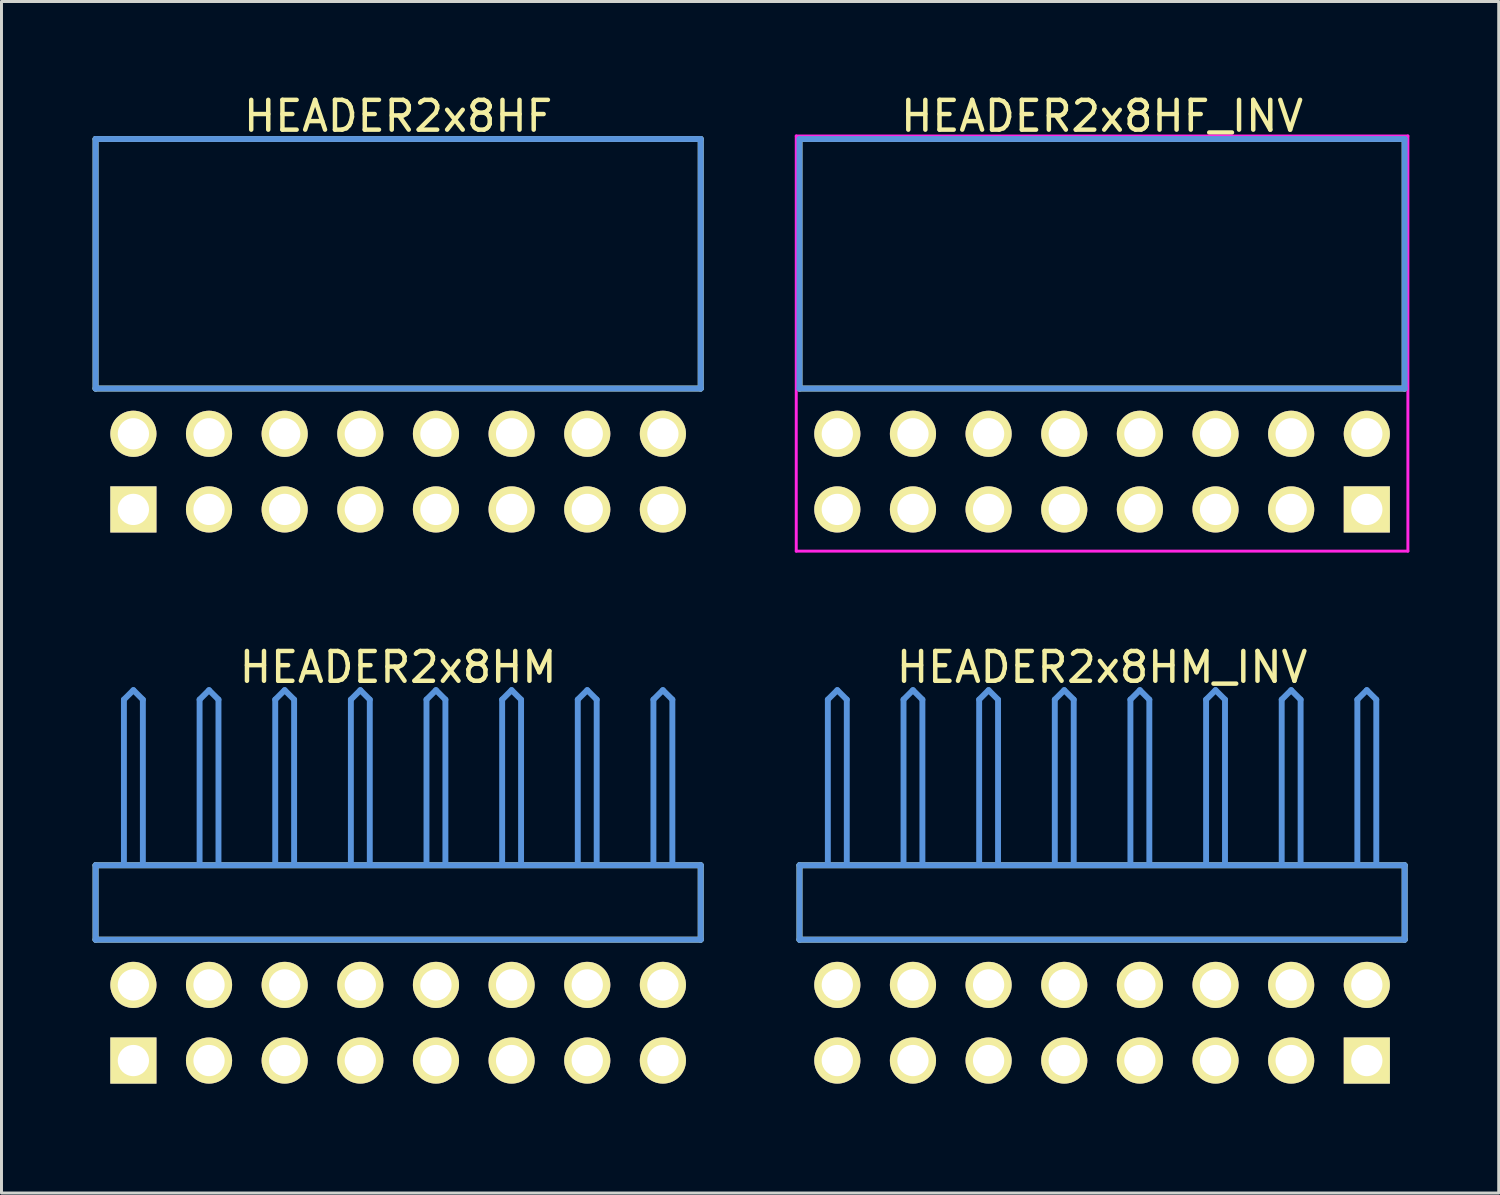
<source format=kicad_pcb>
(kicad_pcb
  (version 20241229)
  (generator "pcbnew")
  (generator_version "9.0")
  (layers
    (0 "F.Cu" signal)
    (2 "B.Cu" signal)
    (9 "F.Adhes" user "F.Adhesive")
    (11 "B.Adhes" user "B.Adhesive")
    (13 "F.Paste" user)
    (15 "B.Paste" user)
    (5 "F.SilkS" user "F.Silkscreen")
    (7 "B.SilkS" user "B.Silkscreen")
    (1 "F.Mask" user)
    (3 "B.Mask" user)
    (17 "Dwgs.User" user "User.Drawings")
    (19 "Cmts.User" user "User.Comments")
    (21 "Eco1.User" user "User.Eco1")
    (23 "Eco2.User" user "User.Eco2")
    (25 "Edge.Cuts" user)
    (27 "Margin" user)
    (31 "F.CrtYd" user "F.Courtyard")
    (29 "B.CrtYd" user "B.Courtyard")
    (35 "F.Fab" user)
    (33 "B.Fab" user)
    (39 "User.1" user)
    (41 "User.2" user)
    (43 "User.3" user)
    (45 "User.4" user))
  (footprint "HEADER2x8HM"
    (layer "F.Cu")
    (at 1.429 32.562)
    (property "Reference" "HEADER2x8HM" (at 8.89 -13.208 0) (layer "F.SilkS") (effects (font (size 1.001 1.001) (thickness 0.15))))
    (attr through_hole)
    (fp_line (start -1.27 -6.558) (end -1.27 -4.059) (stroke (width 0.198) (type solid)) (layer "F.SilkS"))
    (fp_line (start -1.27 -4.059) (end 19.05 -4.059) (stroke (width 0.198) (type solid)) (layer "F.SilkS"))
    (fp_line (start 19.05 -6.558) (end -1.27 -6.558) (stroke (width 0.198) (type solid)) (layer "F.SilkS"))
    (fp_line (start 19.05 -4.059) (end 19.05 -6.558) (stroke (width 0.198) (type solid)) (layer "F.SilkS"))
    (fp_line (start -1.27 -6.558) (end -1.27 -4.059) (stroke (width 0.198) (type solid)) (layer "Cmts.User"))
    (fp_line (start -1.27 -4.059) (end 19.05 -4.059) (stroke (width 0.198) (type solid)) (layer "Cmts.User"))
    (fp_line (start -0.318 -12.121) (end 0 -12.438) (stroke (width 0.198) (type solid)) (layer "Cmts.User"))
    (fp_line (start -0.318 -6.599) (end -0.318 -12.121) (stroke (width 0.198) (type solid)) (layer "Cmts.User"))
    (fp_line (start 0.318 -12.121) (end 0 -12.438) (stroke (width 0.198) (type solid)) (layer "Cmts.User"))
    (fp_line (start 0.318 -6.599) (end 0.318 -12.121) (stroke (width 0.198) (type solid)) (layer "Cmts.User"))
    (fp_line (start 2.223 -12.121) (end 2.54 -12.438) (stroke (width 0.198) (type solid)) (layer "Cmts.User"))
    (fp_line (start 2.223 -6.599) (end 2.223 -12.121) (stroke (width 0.198) (type solid)) (layer "Cmts.User"))
    (fp_line (start 2.857 -12.121) (end 2.54 -12.438) (stroke (width 0.198) (type solid)) (layer "Cmts.User"))
    (fp_line (start 2.857 -6.599) (end 2.857 -12.121) (stroke (width 0.198) (type solid)) (layer "Cmts.User"))
    (fp_line (start 4.763 -12.121) (end 5.08 -12.438) (stroke (width 0.198) (type solid)) (layer "Cmts.User"))
    (fp_line (start 4.763 -6.599) (end 4.763 -12.121) (stroke (width 0.198) (type solid)) (layer "Cmts.User"))
    (fp_line (start 5.397 -12.121) (end 5.08 -12.438) (stroke (width 0.198) (type solid)) (layer "Cmts.User"))
    (fp_line (start 5.397 -6.599) (end 5.397 -12.121) (stroke (width 0.198) (type solid)) (layer "Cmts.User"))
    (fp_line (start 7.303 -12.121) (end 7.62 -12.438) (stroke (width 0.198) (type solid)) (layer "Cmts.User"))
    (fp_line (start 7.303 -6.599) (end 7.303 -12.121) (stroke (width 0.198) (type solid)) (layer "Cmts.User"))
    (fp_line (start 7.938 -12.121) (end 7.62 -12.438) (stroke (width 0.198) (type solid)) (layer "Cmts.User"))
    (fp_line (start 7.938 -6.599) (end 7.938 -12.121) (stroke (width 0.198) (type solid)) (layer "Cmts.User"))
    (fp_line (start 9.842 -12.121) (end 10.16 -12.438) (stroke (width 0.198) (type solid)) (layer "Cmts.User"))
    (fp_line (start 9.842 -6.599) (end 9.842 -12.121) (stroke (width 0.198) (type solid)) (layer "Cmts.User"))
    (fp_line (start 10.477 -12.121) (end 10.16 -12.438) (stroke (width 0.198) (type solid)) (layer "Cmts.User"))
    (fp_line (start 10.477 -6.599) (end 10.477 -12.121) (stroke (width 0.198) (type solid)) (layer "Cmts.User"))
    (fp_line (start 12.383 -12.121) (end 12.7 -12.438) (stroke (width 0.198) (type solid)) (layer "Cmts.User"))
    (fp_line (start 12.383 -6.599) (end 12.383 -12.121) (stroke (width 0.198) (type solid)) (layer "Cmts.User"))
    (fp_line (start 13.018 -12.121) (end 12.7 -12.438) (stroke (width 0.198) (type solid)) (layer "Cmts.User"))
    (fp_line (start 13.018 -6.599) (end 13.018 -12.121) (stroke (width 0.198) (type solid)) (layer "Cmts.User"))
    (fp_line (start 14.922 -12.121) (end 15.24 -12.438) (stroke (width 0.198) (type solid)) (layer "Cmts.User"))
    (fp_line (start 14.922 -6.599) (end 14.922 -12.121) (stroke (width 0.198) (type solid)) (layer "Cmts.User"))
    (fp_line (start 15.557 -12.121) (end 15.24 -12.438) (stroke (width 0.198) (type solid)) (layer "Cmts.User"))
    (fp_line (start 15.557 -6.599) (end 15.557 -12.121) (stroke (width 0.198) (type solid)) (layer "Cmts.User"))
    (fp_line (start 17.462 -12.121) (end 17.78 -12.438) (stroke (width 0.198) (type solid)) (layer "Cmts.User"))
    (fp_line (start 17.462 -6.599) (end 17.462 -12.121) (stroke (width 0.198) (type solid)) (layer "Cmts.User"))
    (fp_line (start 18.098 -12.121) (end 17.78 -12.438) (stroke (width 0.198) (type solid)) (layer "Cmts.User"))
    (fp_line (start 18.098 -6.599) (end 18.098 -12.121) (stroke (width 0.198) (type solid)) (layer "Cmts.User"))
    (fp_line (start 19.05 -6.558) (end -1.27 -6.558) (stroke (width 0.198) (type solid)) (layer "Cmts.User"))
    (fp_line (start 19.05 -4.059) (end 19.05 -6.558) (stroke (width 0.198) (type solid)) (layer "Cmts.User"))
    (fp_line (start -1.379 -12.54) (end 19.159 -12.54) (stroke (width 0.099) (type solid)) (layer "Eco1.User"))
    (fp_line (start -1.379 1.4) (end -1.379 -12.54) (stroke (width 0.099) (type solid)) (layer "Eco1.User"))
    (fp_line (start 19.159 -12.54) (end 19.159 1.4) (stroke (width 0.099) (type solid)) (layer "Eco1.User"))
    (fp_line (start 19.159 1.4) (end -1.379 1.4) (stroke (width 0.099) (type solid)) (layer "Eco1.User"))
    (pad "1" thru_hole rect (at 0 0) (size 1.549 1.549) (drill 1.049) (layers "*.Cu" "*.Mask" "F.SilkS"))
    (pad "2" thru_hole circle (at 0 -2.54) (size 1.549 1.549) (drill 1.049) (layers "*.Cu" "*.Mask" "F.SilkS"))
    (pad "3" thru_hole circle (at 2.54 0) (size 1.549 1.549) (drill 1.049) (layers "*.Cu" "*.Mask" "F.SilkS"))
    (pad "4" thru_hole circle (at 2.54 -2.54) (size 1.549 1.549) (drill 1.049) (layers "*.Cu" "*.Mask" "F.SilkS"))
    (pad "5" thru_hole circle (at 5.08 0) (size 1.549 1.549) (drill 1.049) (layers "*.Cu" "*.Mask" "F.SilkS"))
    (pad "6" thru_hole circle (at 5.08 -2.54) (size 1.549 1.549) (drill 1.049) (layers "*.Cu" "*.Mask" "F.SilkS"))
    (pad "7" thru_hole circle (at 7.62 0) (size 1.549 1.549) (drill 1.049) (layers "*.Cu" "*.Mask" "F.SilkS"))
    (pad "8" thru_hole circle (at 7.62 -2.54) (size 1.549 1.549) (drill 1.049) (layers "*.Cu" "*.Mask" "F.SilkS"))
    (pad "9" thru_hole circle (at 10.16 0) (size 1.549 1.549) (drill 1.049) (layers "*.Cu" "*.Mask" "F.SilkS"))
    (pad "10" thru_hole circle (at 10.16 -2.54) (size 1.549 1.549) (drill 1.049) (layers "*.Cu" "*.Mask" "F.SilkS"))
    (pad "11" thru_hole circle (at 12.7 0) (size 1.549 1.549) (drill 1.049) (layers "*.Cu" "*.Mask" "F.SilkS"))
    (pad "12" thru_hole circle (at 12.7 -2.54) (size 1.549 1.549) (drill 1.049) (layers "*.Cu" "*.Mask" "F.SilkS"))
    (pad "13" thru_hole circle (at 15.24 0) (size 1.549 1.549) (drill 1.049) (layers "*.Cu" "*.Mask" "F.SilkS"))
    (pad "14" thru_hole circle (at 15.24 -2.54) (size 1.549 1.549) (drill 1.049) (layers "*.Cu" "*.Mask" "F.SilkS"))
    (pad "15" thru_hole circle (at 17.78 0) (size 1.549 1.549) (drill 1.049) (layers "*.Cu" "*.Mask" "F.SilkS"))
    (pad "16" thru_hole circle (at 17.78 -2.54) (size 1.549 1.549) (drill 1.049) (layers "*.Cu" "*.Mask" "F.SilkS")))
  (footprint "HEADER2x8HF_INV"
    (layer "F.Cu")
    (at 25.066 14.056)
    (property "Reference" "HEADER2x8HF_INV" (at 8.89 -13.208 0) (layer "F.SilkS") (effects (font (size 1.001 1.001) (thickness 0.15))))
    (attr through_hole)
    (fp_line (start -1.27 -12.438) (end -1.27 -4.059) (stroke (width 0.198) (type solid)) (layer "F.SilkS"))
    (fp_line (start -1.27 -4.059) (end 19.05 -4.059) (stroke (width 0.198) (type solid)) (layer "F.SilkS"))
    (fp_line (start 19.05 -12.438) (end -1.27 -12.438) (stroke (width 0.198) (type solid)) (layer "F.SilkS"))
    (fp_line (start 19.05 -4.059) (end 19.05 -12.438) (stroke (width 0.198) (type solid)) (layer "F.SilkS"))
    (fp_line (start -1.27 -12.438) (end -1.27 -4.059) (stroke (width 0.198) (type solid)) (layer "Cmts.User"))
    (fp_line (start -1.27 -4.059) (end 19.05 -4.059) (stroke (width 0.198) (type solid)) (layer "Cmts.User"))
    (fp_line (start 19.05 -12.438) (end -1.27 -12.438) (stroke (width 0.198) (type solid)) (layer "Cmts.User"))
    (fp_line (start 19.05 -4.059) (end 19.05 -12.438) (stroke (width 0.198) (type solid)) (layer "Cmts.User"))
    (fp_line (start -1.379 -12.54) (end 19.159 -12.54) (stroke (width 0.099) (type solid)) (layer "F.CrtYd"))
    (fp_line (start -1.379 1.4) (end -1.379 -12.54) (stroke (width 0.099) (type solid)) (layer "F.CrtYd"))
    (fp_line (start 19.159 -12.54) (end 19.159 1.4) (stroke (width 0.099) (type solid)) (layer "F.CrtYd"))
    (fp_line (start 19.159 1.4) (end -1.379 1.4) (stroke (width 0.099) (type solid)) (layer "F.CrtYd"))
    (pad "1" thru_hole rect (at 17.78 0) (size 1.549 1.549) (drill 1.049) (layers "*.Cu" "*.Mask" "F.SilkS"))
    (pad "2" thru_hole circle (at 17.78 -2.54) (size 1.549 1.549) (drill 1.049) (layers "*.Cu" "*.Mask" "F.SilkS"))
    (pad "3" thru_hole circle (at 15.24 0) (size 1.549 1.549) (drill 1.049) (layers "*.Cu" "*.Mask" "F.SilkS"))
    (pad "4" thru_hole circle (at 15.24 -2.54) (size 1.549 1.549) (drill 1.049) (layers "*.Cu" "*.Mask" "F.SilkS"))
    (pad "5" thru_hole circle (at 12.7 0) (size 1.549 1.549) (drill 1.049) (layers "*.Cu" "*.Mask" "F.SilkS"))
    (pad "6" thru_hole circle (at 12.7 -2.54) (size 1.549 1.549) (drill 1.049) (layers "*.Cu" "*.Mask" "F.SilkS"))
    (pad "7" thru_hole circle (at 10.16 0) (size 1.549 1.549) (drill 1.049) (layers "*.Cu" "*.Mask" "F.SilkS"))
    (pad "8" thru_hole circle (at 10.16 -2.54) (size 1.549 1.549) (drill 1.049) (layers "*.Cu" "*.Mask" "F.SilkS"))
    (pad "9" thru_hole circle (at 7.62 0) (size 1.549 1.549) (drill 1.049) (layers "*.Cu" "*.Mask" "F.SilkS"))
    (pad "10" thru_hole circle (at 7.62 -2.54) (size 1.549 1.549) (drill 1.049) (layers "*.Cu" "*.Mask" "F.SilkS"))
    (pad "11" thru_hole circle (at 5.08 0) (size 1.549 1.549) (drill 1.049) (layers "*.Cu" "*.Mask" "F.SilkS"))
    (pad "12" thru_hole circle (at 5.08 -2.54) (size 1.549 1.549) (drill 1.049) (layers "*.Cu" "*.Mask" "F.SilkS"))
    (pad "13" thru_hole circle (at 2.54 0) (size 1.549 1.549) (drill 1.049) (layers "*.Cu" "*.Mask" "F.SilkS"))
    (pad "14" thru_hole circle (at 2.54 -2.54) (size 1.549 1.549) (drill 1.049) (layers "*.Cu" "*.Mask" "F.SilkS"))
    (pad "15" thru_hole circle (at 0 0) (size 1.549 1.549) (drill 1.049) (layers "*.Cu" "*.Mask" "F.SilkS"))
    (pad "16" thru_hole circle (at 0 -2.54) (size 1.549 1.549) (drill 1.049) (layers "*.Cu" "*.Mask" "F.SilkS")))
  (footprint "HEADER2x8HM_INV"
    (layer "F.Cu")
    (at 25.066 32.562)
    (property "Reference" "HEADER2x8HM_INV" (at 8.89 -13.208 0) (layer "F.SilkS") (effects (font (size 1.001 1.001) (thickness 0.15))))
    (attr through_hole)
    (fp_line (start -1.27 -6.558) (end -1.27 -4.059) (stroke (width 0.198) (type solid)) (layer "F.SilkS"))
    (fp_line (start -1.27 -4.059) (end 19.05 -4.059) (stroke (width 0.198) (type solid)) (layer "F.SilkS"))
    (fp_line (start 19.05 -6.558) (end -1.27 -6.558) (stroke (width 0.198) (type solid)) (layer "F.SilkS"))
    (fp_line (start 19.05 -4.059) (end 19.05 -6.558) (stroke (width 0.198) (type solid)) (layer "F.SilkS"))
    (fp_line (start -1.27 -6.558) (end -1.27 -4.059) (stroke (width 0.198) (type solid)) (layer "Cmts.User"))
    (fp_line (start -1.27 -4.059) (end 19.05 -4.059) (stroke (width 0.198) (type solid)) (layer "Cmts.User"))
    (fp_line (start -0.318 -12.121) (end 0 -12.438) (stroke (width 0.198) (type solid)) (layer "Cmts.User"))
    (fp_line (start -0.318 -6.599) (end -0.318 -12.121) (stroke (width 0.198) (type solid)) (layer "Cmts.User"))
    (fp_line (start 0.318 -12.121) (end 0 -12.438) (stroke (width 0.198) (type solid)) (layer "Cmts.User"))
    (fp_line (start 0.318 -6.599) (end 0.318 -12.121) (stroke (width 0.198) (type solid)) (layer "Cmts.User"))
    (fp_line (start 2.223 -12.121) (end 2.54 -12.438) (stroke (width 0.198) (type solid)) (layer "Cmts.User"))
    (fp_line (start 2.223 -6.599) (end 2.223 -12.121) (stroke (width 0.198) (type solid)) (layer "Cmts.User"))
    (fp_line (start 2.857 -12.121) (end 2.54 -12.438) (stroke (width 0.198) (type solid)) (layer "Cmts.User"))
    (fp_line (start 2.857 -6.599) (end 2.857 -12.121) (stroke (width 0.198) (type solid)) (layer "Cmts.User"))
    (fp_line (start 4.763 -12.121) (end 5.08 -12.438) (stroke (width 0.198) (type solid)) (layer "Cmts.User"))
    (fp_line (start 4.763 -6.599) (end 4.763 -12.121) (stroke (width 0.198) (type solid)) (layer "Cmts.User"))
    (fp_line (start 5.397 -12.121) (end 5.08 -12.438) (stroke (width 0.198) (type solid)) (layer "Cmts.User"))
    (fp_line (start 5.397 -6.599) (end 5.397 -12.121) (stroke (width 0.198) (type solid)) (layer "Cmts.User"))
    (fp_line (start 7.303 -12.121) (end 7.62 -12.438) (stroke (width 0.198) (type solid)) (layer "Cmts.User"))
    (fp_line (start 7.303 -6.599) (end 7.303 -12.121) (stroke (width 0.198) (type solid)) (layer "Cmts.User"))
    (fp_line (start 7.938 -12.121) (end 7.62 -12.438) (stroke (width 0.198) (type solid)) (layer "Cmts.User"))
    (fp_line (start 7.938 -6.599) (end 7.938 -12.121) (stroke (width 0.198) (type solid)) (layer "Cmts.User"))
    (fp_line (start 9.842 -12.121) (end 10.16 -12.438) (stroke (width 0.198) (type solid)) (layer "Cmts.User"))
    (fp_line (start 9.842 -6.599) (end 9.842 -12.121) (stroke (width 0.198) (type solid)) (layer "Cmts.User"))
    (fp_line (start 10.477 -12.121) (end 10.16 -12.438) (stroke (width 0.198) (type solid)) (layer "Cmts.User"))
    (fp_line (start 10.477 -6.599) (end 10.477 -12.121) (stroke (width 0.198) (type solid)) (layer "Cmts.User"))
    (fp_line (start 12.383 -12.121) (end 12.7 -12.438) (stroke (width 0.198) (type solid)) (layer "Cmts.User"))
    (fp_line (start 12.383 -6.599) (end 12.383 -12.121) (stroke (width 0.198) (type solid)) (layer "Cmts.User"))
    (fp_line (start 13.018 -12.121) (end 12.7 -12.438) (stroke (width 0.198) (type solid)) (layer "Cmts.User"))
    (fp_line (start 13.018 -6.599) (end 13.018 -12.121) (stroke (width 0.198) (type solid)) (layer "Cmts.User"))
    (fp_line (start 14.922 -12.121) (end 15.24 -12.438) (stroke (width 0.198) (type solid)) (layer "Cmts.User"))
    (fp_line (start 14.922 -6.599) (end 14.922 -12.121) (stroke (width 0.198) (type solid)) (layer "Cmts.User"))
    (fp_line (start 15.557 -12.121) (end 15.24 -12.438) (stroke (width 0.198) (type solid)) (layer "Cmts.User"))
    (fp_line (start 15.557 -6.599) (end 15.557 -12.121) (stroke (width 0.198) (type solid)) (layer "Cmts.User"))
    (fp_line (start 17.462 -12.121) (end 17.78 -12.438) (stroke (width 0.198) (type solid)) (layer "Cmts.User"))
    (fp_line (start 17.462 -6.599) (end 17.462 -12.121) (stroke (width 0.198) (type solid)) (layer "Cmts.User"))
    (fp_line (start 18.098 -12.121) (end 17.78 -12.438) (stroke (width 0.198) (type solid)) (layer "Cmts.User"))
    (fp_line (start 18.098 -6.599) (end 18.098 -12.121) (stroke (width 0.198) (type solid)) (layer "Cmts.User"))
    (fp_line (start 19.05 -6.558) (end -1.27 -6.558) (stroke (width 0.198) (type solid)) (layer "Cmts.User"))
    (fp_line (start 19.05 -4.059) (end 19.05 -6.558) (stroke (width 0.198) (type solid)) (layer "Cmts.User"))
    (fp_line (start -1.379 -12.54) (end 19.159 -12.54) (stroke (width 0.099) (type solid)) (layer "Eco1.User"))
    (fp_line (start -1.379 1.4) (end -1.379 -12.54) (stroke (width 0.099) (type solid)) (layer "Eco1.User"))
    (fp_line (start 19.159 -12.54) (end 19.159 1.4) (stroke (width 0.099) (type solid)) (layer "Eco1.User"))
    (fp_line (start 19.159 1.4) (end -1.379 1.4) (stroke (width 0.099) (type solid)) (layer "Eco1.User"))
    (pad "1" thru_hole rect (at 17.78 0) (size 1.549 1.549) (drill 1.049) (layers "*.Cu" "*.Mask" "F.SilkS"))
    (pad "2" thru_hole circle (at 17.78 -2.54) (size 1.549 1.549) (drill 1.049) (layers "*.Cu" "*.Mask" "F.SilkS"))
    (pad "3" thru_hole circle (at 15.24 0) (size 1.549 1.549) (drill 1.049) (layers "*.Cu" "*.Mask" "F.SilkS"))
    (pad "4" thru_hole circle (at 15.24 -2.54) (size 1.549 1.549) (drill 1.049) (layers "*.Cu" "*.Mask" "F.SilkS"))
    (pad "5" thru_hole circle (at 12.7 0) (size 1.549 1.549) (drill 1.049) (layers "*.Cu" "*.Mask" "F.SilkS"))
    (pad "6" thru_hole circle (at 12.7 -2.54) (size 1.549 1.549) (drill 1.049) (layers "*.Cu" "*.Mask" "F.SilkS"))
    (pad "7" thru_hole circle (at 10.16 0) (size 1.549 1.549) (drill 1.049) (layers "*.Cu" "*.Mask" "F.SilkS"))
    (pad "8" thru_hole circle (at 10.16 -2.54) (size 1.549 1.549) (drill 1.049) (layers "*.Cu" "*.Mask" "F.SilkS"))
    (pad "9" thru_hole circle (at 7.62 0) (size 1.549 1.549) (drill 1.049) (layers "*.Cu" "*.Mask" "F.SilkS"))
    (pad "10" thru_hole circle (at 7.62 -2.54) (size 1.549 1.549) (drill 1.049) (layers "*.Cu" "*.Mask" "F.SilkS"))
    (pad "11" thru_hole circle (at 5.08 0) (size 1.549 1.549) (drill 1.049) (layers "*.Cu" "*.Mask" "F.SilkS"))
    (pad "12" thru_hole circle (at 5.08 -2.54) (size 1.549 1.549) (drill 1.049) (layers "*.Cu" "*.Mask" "F.SilkS"))
    (pad "13" thru_hole circle (at 2.54 0) (size 1.549 1.549) (drill 1.049) (layers "*.Cu" "*.Mask" "F.SilkS"))
    (pad "14" thru_hole circle (at 2.54 -2.54) (size 1.549 1.549) (drill 1.049) (layers "*.Cu" "*.Mask" "F.SilkS"))
    (pad "15" thru_hole circle (at 0 0) (size 1.549 1.549) (drill 1.049) (layers "*.Cu" "*.Mask" "F.SilkS"))
    (pad "16" thru_hole circle (at 0 -2.54) (size 1.549 1.549) (drill 1.049) (layers "*.Cu" "*.Mask" "F.SilkS")))
  (footprint "HEADER2x8HF"
    (layer "F.Cu")
    (at 1.429 14.056)
    (property "Reference" "HEADER2x8HF" (at 8.89 -13.208 0) (layer "F.SilkS") (effects (font (size 1.001 1.001) (thickness 0.15))))
    (attr through_hole)
    (fp_line (start -1.27 -12.438) (end -1.27 -4.059) (stroke (width 0.198) (type solid)) (layer "F.SilkS"))
    (fp_line (start -1.27 -4.059) (end 19.05 -4.059) (stroke (width 0.198) (type solid)) (layer "F.SilkS"))
    (fp_line (start 19.05 -12.438) (end -1.27 -12.438) (stroke (width 0.198) (type solid)) (layer "F.SilkS"))
    (fp_line (start 19.05 -4.059) (end 19.05 -12.438) (stroke (width 0.198) (type solid)) (layer "F.SilkS"))
    (fp_line (start -1.27 -12.438) (end -1.27 -4.059) (stroke (width 0.198) (type solid)) (layer "Cmts.User"))
    (fp_line (start -1.27 -4.059) (end 19.05 -4.059) (stroke (width 0.198) (type solid)) (layer "Cmts.User"))
    (fp_line (start 19.05 -12.438) (end -1.27 -12.438) (stroke (width 0.198) (type solid)) (layer "Cmts.User"))
    (fp_line (start 19.05 -4.059) (end 19.05 -12.438) (stroke (width 0.198) (type solid)) (layer "Cmts.User"))
    (fp_line (start -1.379 -12.54) (end 19.159 -12.54) (stroke (width 0.099) (type solid)) (layer "Eco1.User"))
    (fp_line (start -1.379 1.4) (end -1.379 -12.54) (stroke (width 0.099) (type solid)) (layer "Eco1.User"))
    (fp_line (start 19.159 -12.54) (end 19.159 1.4) (stroke (width 0.099) (type solid)) (layer "Eco1.User"))
    (fp_line (start 19.159 1.4) (end -1.379 1.4) (stroke (width 0.099) (type solid)) (layer "Eco1.User"))
    (pad "1" thru_hole rect (at 0 0) (size 1.549 1.549) (drill 1.049) (layers "*.Cu" "*.Mask" "F.SilkS"))
    (pad "2" thru_hole circle (at 0 -2.54) (size 1.549 1.549) (drill 1.049) (layers "*.Cu" "*.Mask" "F.SilkS"))
    (pad "3" thru_hole circle (at 2.54 0) (size 1.549 1.549) (drill 1.049) (layers "*.Cu" "*.Mask" "F.SilkS"))
    (pad "4" thru_hole circle (at 2.54 -2.54) (size 1.549 1.549) (drill 1.049) (layers "*.Cu" "*.Mask" "F.SilkS"))
    (pad "5" thru_hole circle (at 5.08 0) (size 1.549 1.549) (drill 1.049) (layers "*.Cu" "*.Mask" "F.SilkS"))
    (pad "6" thru_hole circle (at 5.08 -2.54) (size 1.549 1.549) (drill 1.049) (layers "*.Cu" "*.Mask" "F.SilkS"))
    (pad "7" thru_hole circle (at 7.62 0) (size 1.549 1.549) (drill 1.049) (layers "*.Cu" "*.Mask" "F.SilkS"))
    (pad "8" thru_hole circle (at 7.62 -2.54) (size 1.549 1.549) (drill 1.049) (layers "*.Cu" "*.Mask" "F.SilkS"))
    (pad "9" thru_hole circle (at 10.16 0) (size 1.549 1.549) (drill 1.049) (layers "*.Cu" "*.Mask" "F.SilkS"))
    (pad "10" thru_hole circle (at 10.16 -2.54) (size 1.549 1.549) (drill 1.049) (layers "*.Cu" "*.Mask" "F.SilkS"))
    (pad "11" thru_hole circle (at 12.7 0) (size 1.549 1.549) (drill 1.049) (layers "*.Cu" "*.Mask" "F.SilkS"))
    (pad "12" thru_hole circle (at 12.7 -2.54) (size 1.549 1.549) (drill 1.049) (layers "*.Cu" "*.Mask" "F.SilkS"))
    (pad "13" thru_hole circle (at 15.24 0) (size 1.549 1.549) (drill 1.049) (layers "*.Cu" "*.Mask" "F.SilkS"))
    (pad "14" thru_hole circle (at 15.24 -2.54) (size 1.549 1.549) (drill 1.049) (layers "*.Cu" "*.Mask" "F.SilkS"))
    (pad "15" thru_hole circle (at 17.78 0) (size 1.549 1.549) (drill 1.049) (layers "*.Cu" "*.Mask" "F.SilkS"))
    (pad "16" thru_hole circle (at 17.78 -2.54) (size 1.549 1.549) (drill 1.049) (layers "*.Cu" "*.Mask" "F.SilkS")))
  (gr_rect
    (start -3 -3)
    (end 47.275 37.011)
    (stroke (width 0.1) (type default))
    (fill no)
    (layer "Edge.Cuts")))
</source>
